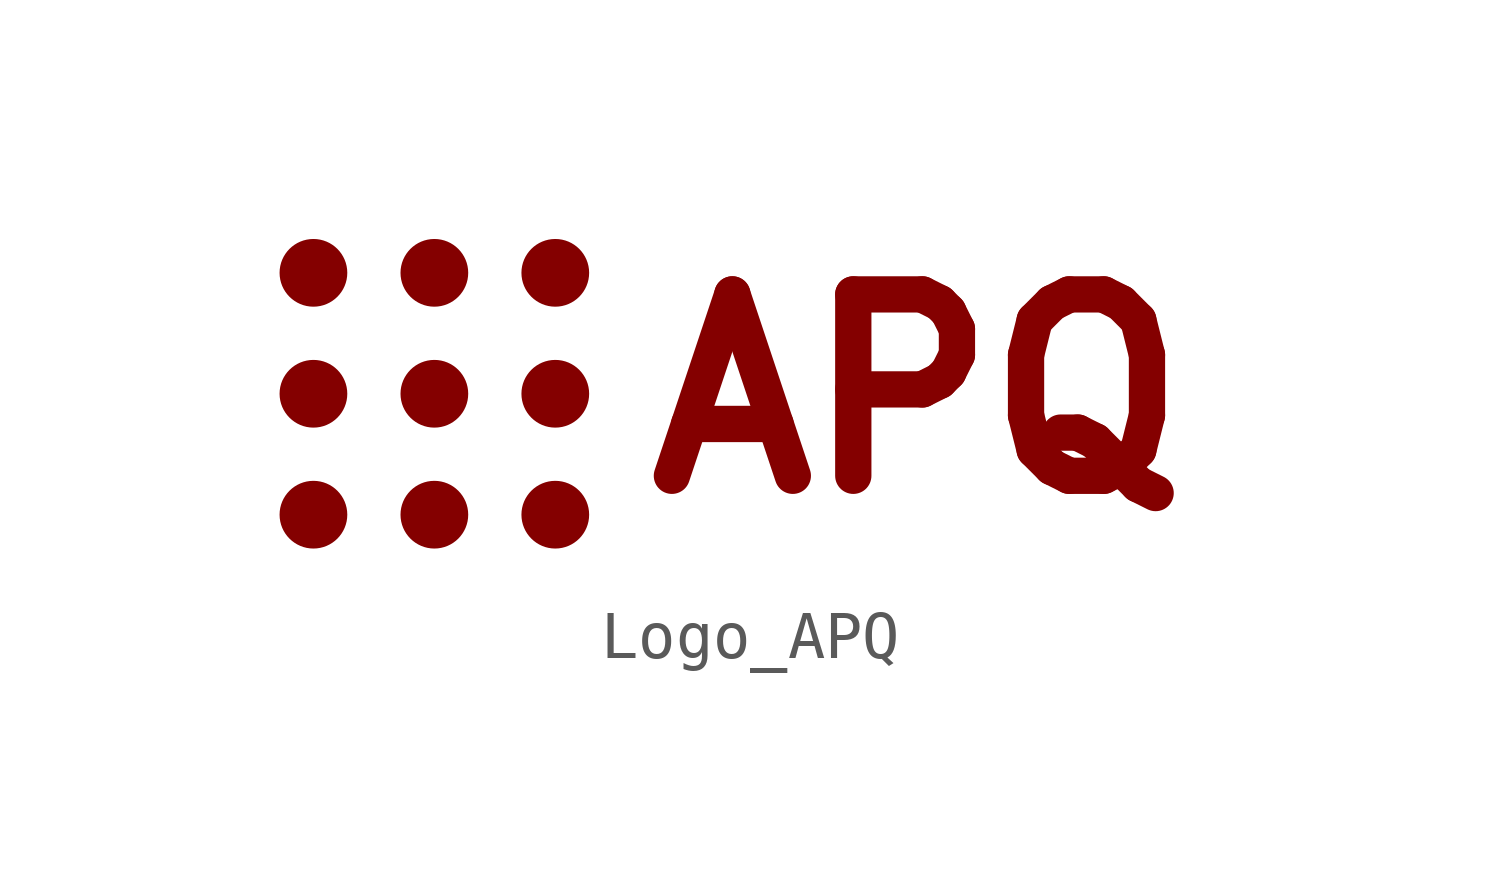
<source format=kicad_sym>
(kicad_symbol_lib
  (version 20231120)
  (generator "kicad_symbol_editor")
  (generator_version "8.0")
  (symbol "Logo_APQ"
    (pin_names
      (offset 1.016))
    (property "Reference" "#SYM"
      (at 0 6.35 0)
      (effects (font (size 1.27 1.27)) (hide yes)))
    (symbol "Logo_APQ_0_0"
      (text "APQ" (at 3.81 0 0) (effects (font (size 3.81 3.81) (bold yes)))))
    (symbol "Logo_APQ_0_1"
      (circle (center -8.89 0) (radius 0.635) (stroke (width 0) (type default)) (fill (type outline)))
      (circle (center -8.89 2.54) (radius 0.635) (stroke (width 0) (type default)) (fill (type outline)))
      (circle (center -6.35 0) (radius 0.635) (stroke (width 0) (type default)) (fill (type outline)))
      (circle (center -6.35 2.54) (radius 0.635) (stroke (width 0) (type default)) (fill (type outline)))
      (circle (center -3.81 2.54) (radius 0.635) (stroke (width 0) (type default)) (fill (type outline))))
    (symbol "Logo_APQ_1_1"
      (circle (center -8.89 -2.54) (radius 0.635) (stroke (width 0) (type default)) (fill (type outline)))
      (circle (center -6.35 -2.54) (radius 0.635) (stroke (width 0) (type default)) (fill (type outline)))
      (circle (center -3.81 -2.54) (radius 0.635) (stroke (width 0) (type default)) (fill (type outline)))
      (circle (center -3.81 0) (radius 0.635) (stroke (width 0) (type default)) (fill (type outline))))))
</source>
